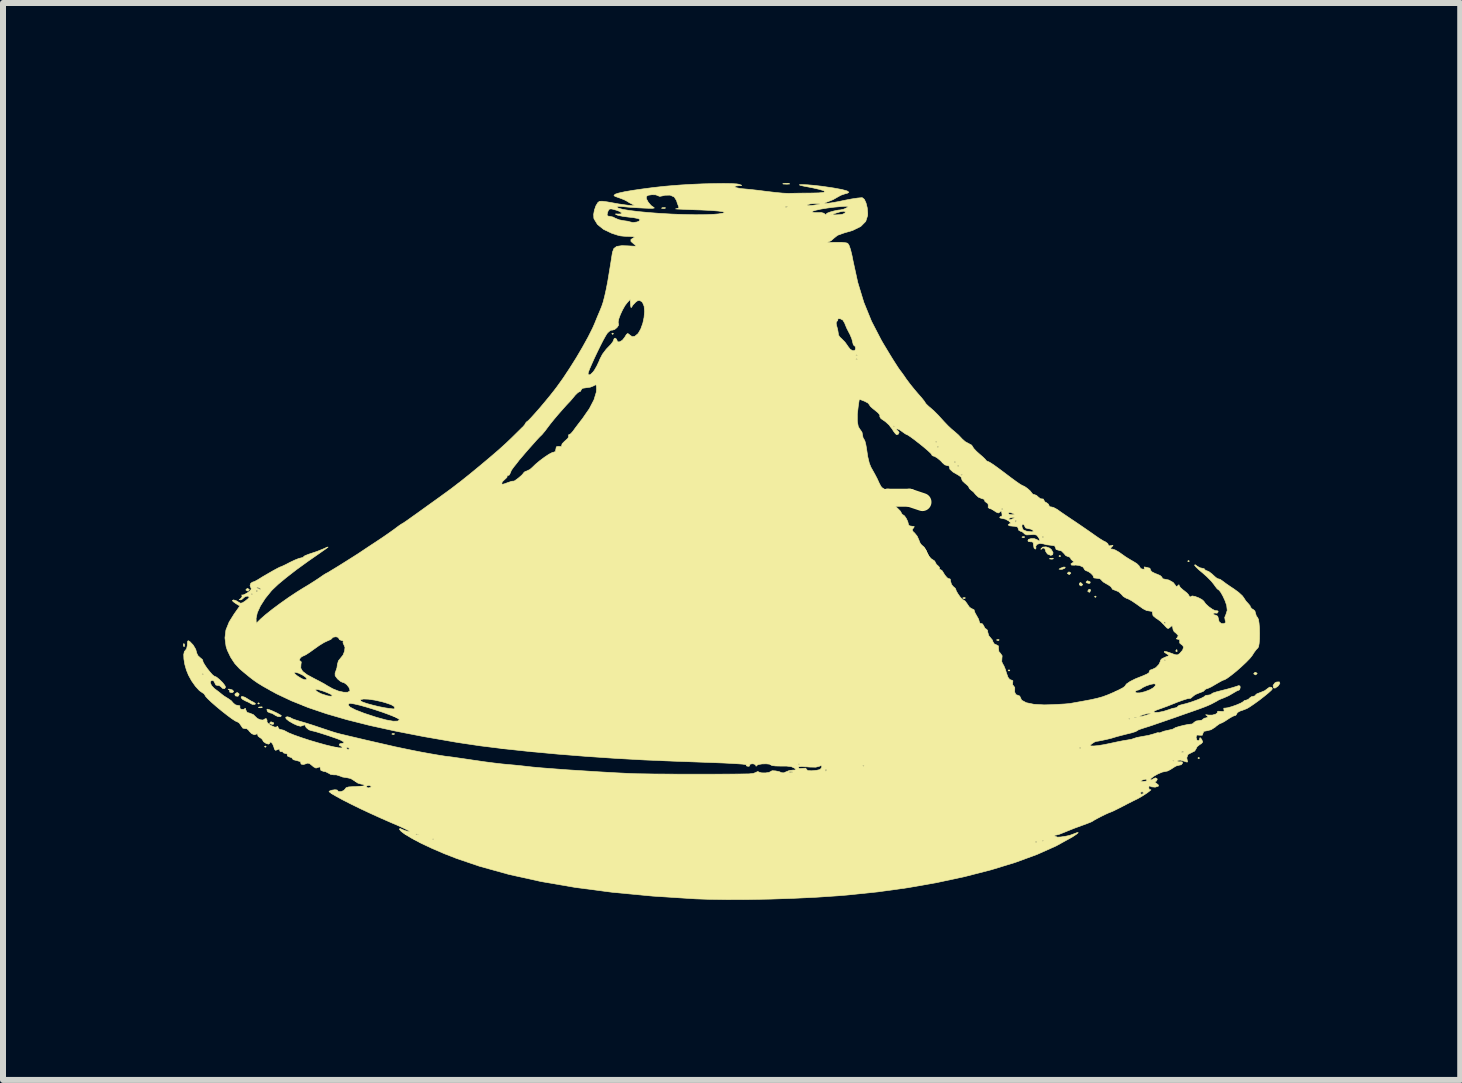
<source format=kicad_pcb>
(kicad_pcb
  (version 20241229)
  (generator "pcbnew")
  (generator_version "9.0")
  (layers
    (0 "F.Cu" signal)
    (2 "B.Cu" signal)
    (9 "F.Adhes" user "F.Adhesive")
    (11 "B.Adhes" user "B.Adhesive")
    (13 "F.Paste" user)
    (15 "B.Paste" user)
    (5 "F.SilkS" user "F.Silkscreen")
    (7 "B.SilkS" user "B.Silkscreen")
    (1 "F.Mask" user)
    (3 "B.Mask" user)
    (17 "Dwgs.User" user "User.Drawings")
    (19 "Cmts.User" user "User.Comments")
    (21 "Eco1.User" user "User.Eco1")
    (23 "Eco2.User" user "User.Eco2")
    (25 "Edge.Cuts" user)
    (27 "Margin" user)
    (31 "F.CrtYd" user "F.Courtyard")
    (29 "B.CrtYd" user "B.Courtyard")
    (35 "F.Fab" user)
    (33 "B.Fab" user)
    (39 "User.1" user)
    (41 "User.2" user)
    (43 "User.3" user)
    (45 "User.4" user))
  (footprint "tajinS"
    (layer "F.Cu")
    (at 9.344 6.077)
    (property "Reference" "tajinS" (at 0 0 0) (layer "F.SilkS") (effects (font (size 1.524 1.524) (thickness 0.3))))
    (attr through_hole)
    (fp_poly (pts (xy -8.072 2.593) (xy -8.086 2.603) (xy -8.1 2.593) (xy -8.086 2.582) (xy -8.072 2.593)) (stroke (width 0.01) (type solid)) (fill yes) (layer "F.SilkS"))
    (fp_poly (pts (xy -7.959 3.313) (xy -7.973 3.323) (xy -7.987 3.313) (xy -7.973 3.302) (xy -7.959 3.313)) (stroke (width 0.01) (type solid)) (fill yes) (layer "F.SilkS"))
    (fp_poly (pts (xy -2.173 -3.567) (xy -2.187 -3.556) (xy -2.201 -3.567) (xy -2.187 -3.577) (xy -2.173 -3.567)) (stroke (width 0.01) (type solid)) (fill yes) (layer "F.SilkS"))
    (fp_poly (pts (xy 4.431 2.043) (xy 4.417 2.053) (xy 4.403 2.043) (xy 4.417 2.032) (xy 4.431 2.043)) (stroke (width 0.01) (type solid)) (fill yes) (layer "F.SilkS"))
    (fp_poly (pts (xy 5.278 0.138) (xy 5.263 0.148) (xy 5.249 0.138) (xy 5.263 0.127) (xy 5.278 0.138)) (stroke (width 0.01) (type solid)) (fill yes) (layer "F.SilkS"))
    (fp_poly (pts (xy 5.87 0.815) (xy 5.856 0.826) (xy 5.842 0.815) (xy 5.856 0.804) (xy 5.87 0.815)) (stroke (width 0.01) (type solid)) (fill yes) (layer "F.SilkS"))
    (fp_poly (pts (xy 7.422 0.222) (xy 7.408 0.233) (xy 7.394 0.222) (xy 7.408 0.212) (xy 7.422 0.222)) (stroke (width 0.01) (type solid)) (fill yes) (layer "F.SilkS"))
    (fp_poly (pts (xy 7.592 3.503) (xy 7.578 3.514) (xy 7.564 3.503) (xy 7.578 3.493) (xy 7.592 3.503)) (stroke (width 0.01) (type solid)) (fill yes) (layer "F.SilkS"))
    (fp_poly (pts (xy -9.322 1.605) (xy -9.319 1.638) (xy -9.325 1.645) (xy -9.337 1.639) (xy -9.339 1.617) (xy -9.332 1.595) (xy -9.322 1.605)) (stroke (width 0.01) (type solid)) (fill yes) (layer "F.SilkS"))
    (fp_poly (pts (xy -8.023 2.654) (xy -8.031 2.664) (xy -8.06 2.665) (xy -8.09 2.66) (xy -8.077 2.653) (xy -8.033 2.65) (xy -8.023 2.654)) (stroke (width 0.01) (type solid)) (fill yes) (layer "F.SilkS"))
    (fp_poly (pts (xy -5.823 3.097) (xy -5.827 3.11) (xy -5.842 3.111) (xy -5.865 3.104) (xy -5.861 3.097) (xy -5.827 3.095) (xy -5.823 3.097)) (stroke (width 0.01) (type solid)) (fill yes) (layer "F.SilkS"))
    (fp_poly (pts (xy -1.306 -5.664) (xy -1.314 -5.655) (xy -1.343 -5.653) (xy -1.373 -5.658) (xy -1.36 -5.666) (xy -1.316 -5.668) (xy -1.306 -5.664)) (stroke (width 0.01) (type solid)) (fill yes) (layer "F.SilkS"))
    (fp_poly (pts (xy 3.688 0.833) (xy 3.684 0.845) (xy 3.669 0.847) (xy 3.646 0.839) (xy 3.65 0.833) (xy 3.684 0.83) (xy 3.688 0.833)) (stroke (width 0.01) (type solid)) (fill yes) (layer "F.SilkS"))
    (fp_poly (pts (xy 4.252 1.531) (xy 4.248 1.544) (xy 4.233 1.545) (xy 4.21 1.537) (xy 4.215 1.531) (xy 4.248 1.529) (xy 4.252 1.531)) (stroke (width 0.01) (type solid)) (fill yes) (layer "F.SilkS"))
    (fp_poly (pts (xy 4.675 -0.183) (xy 4.672 -0.171) (xy 4.657 -0.169) (xy 4.633 -0.177) (xy 4.638 -0.183) (xy 4.671 -0.186) (xy 4.675 -0.183)) (stroke (width 0.01) (type solid)) (fill yes) (layer "F.SilkS"))
    (fp_poly (pts (xy 5.157 0.178) (xy 5.149 0.187) (xy 5.12 0.189) (xy 5.09 0.184) (xy 5.103 0.176) (xy 5.147 0.174) (xy 5.157 0.178)) (stroke (width 0.01) (type solid)) (fill yes) (layer "F.SilkS"))
    (fp_poly (pts (xy 7.215 1.7) (xy 7.219 1.726) (xy 7.215 1.729) (xy 7.199 1.726) (xy 7.197 1.714) (xy 7.207 1.697) (xy 7.215 1.7)) (stroke (width 0.01) (type solid)) (fill yes) (layer "F.SilkS"))
    (fp_poly (pts (xy -8.413 2.43) (xy -8.41 2.445) (xy -8.428 2.474) (xy -8.467 2.469) (xy -8.475 2.463) (xy -8.481 2.437) (xy -8.452 2.415) (xy -8.437 2.413) (xy -8.413 2.43)) (stroke (width 0.01) (type solid)) (fill yes) (layer "F.SilkS"))
    (fp_poly (pts (xy -8.242 0.693) (xy -8.241 0.699) (xy -8.262 0.719) (xy -8.269 0.72) (xy -8.297 0.704) (xy -8.297 0.699) (xy -8.276 0.678) (xy -8.269 0.677) (xy -8.242 0.693)) (stroke (width 0.01) (type solid)) (fill yes) (layer "F.SilkS"))
    (fp_poly (pts (xy -7.837 2.915) (xy -7.832 2.921) (xy -7.838 2.939) (xy -7.858 2.942) (xy -7.897 2.931) (xy -7.902 2.921) (xy -7.882 2.9) (xy -7.876 2.9) (xy -7.837 2.915)) (stroke (width 0.01) (type solid)) (fill yes) (layer "F.SilkS"))
    (fp_poly (pts (xy 0.755 -6.068) (xy 0.764 -6.062) (xy 0.725 -6.059) (xy 0.706 -6.059) (xy 0.654 -6.061) (xy 0.648 -6.066) (xy 0.656 -6.068) (xy 0.728 -6.072) (xy 0.755 -6.068)) (stroke (width 0.01) (type solid)) (fill yes) (layer "F.SilkS"))
    (fp_poly (pts (xy 5.354 0.323) (xy 5.348 0.339) (xy 5.308 0.357) (xy 5.283 0.36) (xy 5.251 0.356) (xy 5.272 0.341) (xy 5.278 0.339) (xy 5.329 0.32) (xy 5.354 0.323)) (stroke (width 0.01) (type solid)) (fill yes) (layer "F.SilkS"))
    (fp_poly (pts (xy 5.446 0.418) (xy 5.447 0.423) (xy 5.425 0.444) (xy 5.419 0.445) (xy 5.391 0.428) (xy 5.39 0.423) (xy 5.412 0.403) (xy 5.419 0.402) (xy 5.446 0.418)) (stroke (width 0.01) (type solid)) (fill yes) (layer "F.SilkS"))
    (fp_poly (pts (xy 5.616 0.582) (xy 5.643 0.609) (xy 5.644 0.615) (xy 5.623 0.634) (xy 5.616 0.635) (xy 5.591 0.618) (xy 5.588 0.602) (xy 5.602 0.58) (xy 5.616 0.582)) (stroke (width 0.01) (type solid)) (fill yes) (layer "F.SilkS"))
    (fp_poly (pts (xy 5.766 0.566) (xy 5.771 0.572) (xy 5.765 0.59) (xy 5.745 0.593) (xy 5.706 0.582) (xy 5.701 0.572) (xy 5.721 0.551) (xy 5.727 0.55) (xy 5.766 0.566)) (stroke (width 0.01) (type solid)) (fill yes) (layer "F.SilkS"))
    (fp_poly (pts (xy 5.773 0.697) (xy 5.776 0.71) (xy 5.763 0.738) (xy 5.753 0.741) (xy 5.73 0.725) (xy 5.729 0.721) (xy 5.749 0.692) (xy 5.753 0.69) (xy 5.773 0.697)) (stroke (width 0.01) (type solid)) (fill yes) (layer "F.SilkS"))
    (fp_poly (pts (xy 8.551 2.09) (xy 8.551 2.095) (xy 8.53 2.116) (xy 8.523 2.117) (xy 8.496 2.101) (xy 8.495 2.095) (xy 8.516 2.075) (xy 8.523 2.074) (xy 8.551 2.09)) (stroke (width 0.01) (type solid)) (fill yes) (layer "F.SilkS"))
    (fp_poly (pts (xy 8.93 2.259) (xy 8.903 2.3) (xy 8.894 2.308) (xy 8.85 2.338) (xy 8.824 2.334) (xy 8.817 2.292) (xy 8.848 2.25) (xy 8.877 2.236) (xy 8.921 2.234) (xy 8.93 2.259)) (stroke (width 0.01) (type solid)) (fill yes) (layer "F.SilkS"))
    (fp_poly (pts (xy -8.568 2.355) (xy -8.521 2.369) (xy -8.501 2.392) (xy -8.515 2.41) (xy -8.537 2.413) (xy -8.568 2.404) (xy -8.567 2.394) (xy -8.573 2.369) (xy -8.586 2.362) (xy -8.594 2.355) (xy -8.568 2.355)) (stroke (width 0.01) (type solid)) (fill yes) (layer "F.SilkS"))
    (fp_poly (pts (xy -8.314 2.49) (xy -8.274 2.514) (xy -8.211 2.553) (xy -8.169 2.573) (xy -8.138 2.596) (xy -8.146 2.609) (xy -8.189 2.609) (xy -8.206 2.6) (xy -8.254 2.573) (xy -8.3 2.553) (xy -8.351 2.526) (xy -8.377 2.498) (xy -8.371 2.479) (xy -8.356 2.477) (xy -8.314 2.49)) (stroke (width 0.01) (type solid)) (fill yes) (layer "F.SilkS"))
    (fp_poly (pts (xy -7.905 2.698) (xy -7.844 2.723) (xy -7.778 2.754) (xy -7.726 2.783) (xy -7.705 2.799) (xy -7.724 2.815) (xy -7.768 2.81) (xy -7.813 2.788) (xy -7.818 2.783) (xy -7.864 2.757) (xy -7.889 2.752) (xy -7.929 2.735) (xy -7.941 2.72) (xy -7.947 2.692) (xy -7.942 2.688) (xy -7.905 2.698)) (stroke (width 0.01) (type solid)) (fill yes) (layer "F.SilkS"))
    (fp_poly (pts (xy 5.092 0.004) (xy 5.123 0.03) (xy 5.151 0.08) (xy 5.145 0.115) (xy 5.113 0.126) (xy 5.062 0.105) (xy 5.057 0.102) (xy 5.028 0.059) (xy 5.024 0.038) (xy 5.008 0.005) (xy 4.976 0.004) (xy 4.957 0.022) (xy 4.949 0.027) (xy 4.95 0.016) (xy 4.98 -0.012) (xy 5.034 -0.016) (xy 5.092 0.004)) (stroke (width 0.01) (type solid)) (fill yes) (layer "F.SilkS"))
    (fp_poly (pts (xy -0.208 -6.068) (xy -0.118 -6.063) (xy -0.085 -6.057) (xy -0.038 -6.041) (xy -0.041 -6.035) (xy -0.076 -6.034) (xy -0.139 -6.027) (xy -0.153 -6.014) (xy -0.123 -5.999) (xy -0.054 -5.985) (xy -0.007 -5.981) (xy 0.099 -5.971) (xy 0.236 -5.956) (xy 0.376 -5.938) (xy 0.403 -5.935) (xy 0.53 -5.92) (xy 0.648 -5.909) (xy 0.737 -5.905) (xy 0.756 -5.905) (xy 0.834 -5.907) (xy 0.946 -5.909) (xy 1.074 -5.91) (xy 1.108 -5.91) (xy 1.245 -5.913) (xy 1.327 -5.921) (xy 1.355 -5.935) (xy 1.355 -5.935) (xy 1.329 -5.95) (xy 1.261 -5.971) (xy 1.162 -5.994) (xy 1.108 -6.005) (xy 0.997 -6.026) (xy 0.937 -6.04) (xy 0.923 -6.048) (xy 0.952 -6.051) (xy 0.974 -6.051) (xy 1.059 -6.048) (xy 1.175 -6.038) (xy 1.296 -6.024) (xy 1.298 -6.024) (xy 1.494 -5.995) (xy 1.635 -5.969) (xy 1.719 -5.946) (xy 1.749 -5.925) (xy 1.723 -5.907) (xy 1.686 -5.898) (xy 1.618 -5.875) (xy 1.558 -5.842) (xy 1.486 -5.801) (xy 1.404 -5.768) (xy 1.351 -5.747) (xy 1.346 -5.737) (xy 1.385 -5.738) (xy 1.462 -5.748) (xy 1.57 -5.767) (xy 1.679 -5.79) (xy 1.794 -5.812) (xy 1.893 -5.827) (xy 1.96 -5.833) (xy 1.975 -5.832) (xy 2.008 -5.804) (xy 2.035 -5.745) (xy 2.055 -5.665) (xy 2.063 -5.575) (xy 2.062 -5.538) (xy 2.03 -5.438) (xy 1.947 -5.354) (xy 1.811 -5.287) (xy 1.67 -5.246) (xy 1.561 -5.207) (xy 1.502 -5.16) (xy 1.452 -5.116) (xy 1.399 -5.093) (xy 1.393 -5.088) (xy 1.435 -5.087) (xy 1.515 -5.09) (xy 1.515 -5.09) (xy 1.625 -5.09) (xy 1.704 -5.081) (xy 1.73 -5.073) (xy 1.752 -5.04) (xy 1.777 -4.969) (xy 1.802 -4.866) (xy 1.818 -4.784) (xy 1.897 -4.422) (xy 1.998 -4.09) (xy 2.126 -3.775) (xy 2.286 -3.466) (xy 2.313 -3.418) (xy 2.363 -3.335) (xy 2.419 -3.242) (xy 2.476 -3.149) (xy 2.528 -3.067) (xy 2.57 -3.002) (xy 2.595 -2.966) (xy 2.597 -2.963) (xy 2.624 -2.928) (xy 2.666 -2.87) (xy 2.706 -2.811) (xy 2.768 -2.728) (xy 2.845 -2.633) (xy 2.904 -2.564) (xy 2.961 -2.499) (xy 3.002 -2.448) (xy 3.02 -2.421) (xy 3.02 -2.419) (xy 3.038 -2.395) (xy 3.082 -2.353) (xy 3.101 -2.338) (xy 3.169 -2.278) (xy 3.239 -2.208) (xy 3.255 -2.19) (xy 3.338 -2.099) (xy 3.402 -2.032) (xy 3.461 -1.977) (xy 3.508 -1.938) (xy 3.573 -1.881) (xy 3.627 -1.824) (xy 3.633 -1.817) (xy 3.688 -1.768) (xy 3.744 -1.738) (xy 3.794 -1.711) (xy 3.81 -1.687) (xy 3.828 -1.657) (xy 3.874 -1.608) (xy 3.922 -1.565) (xy 3.983 -1.512) (xy 4.024 -1.472) (xy 4.035 -1.455) (xy 4.058 -1.44) (xy 4.065 -1.439) (xy 4.095 -1.425) (xy 4.156 -1.386) (xy 4.238 -1.327) (xy 4.336 -1.254) (xy 4.357 -1.238) (xy 4.455 -1.164) (xy 4.54 -1.102) (xy 4.604 -1.058) (xy 4.639 -1.038) (xy 4.641 -1.037) (xy 4.676 -1.022) (xy 4.726 -0.987) (xy 4.772 -0.946) (xy 4.797 -0.913) (xy 4.798 -0.909) (xy 4.82 -0.89) (xy 4.833 -0.889) (xy 4.875 -0.873) (xy 4.905 -0.846) (xy 4.942 -0.817) (xy 4.968 -0.815) (xy 4.992 -0.811) (xy 4.995 -0.797) (xy 5.018 -0.763) (xy 5.038 -0.754) (xy 5.075 -0.726) (xy 5.08 -0.709) (xy 5.098 -0.683) (xy 5.117 -0.682) (xy 5.159 -0.672) (xy 5.217 -0.641) (xy 5.226 -0.635) (xy 5.279 -0.597) (xy 5.361 -0.541) (xy 5.457 -0.476) (xy 5.504 -0.445) (xy 5.613 -0.371) (xy 5.725 -0.294) (xy 5.821 -0.227) (xy 5.846 -0.209) (xy 5.923 -0.156) (xy 5.988 -0.116) (xy 6.025 -0.098) (xy 6.063 -0.07) (xy 6.068 -0.054) (xy 6.085 -0.032) (xy 6.117 -0.036) (xy 6.15 -0.043) (xy 6.141 -0.027) (xy 6.128 -0.015) (xy 6.104 0.013) (xy 6.124 0.021) (xy 6.139 0.021) (xy 6.186 0.036) (xy 6.251 0.073) (xy 6.28 0.094) (xy 6.365 0.154) (xy 6.46 0.212) (xy 6.481 0.223) (xy 6.546 0.263) (xy 6.585 0.301) (xy 6.59 0.313) (xy 6.613 0.346) (xy 6.643 0.356) (xy 6.679 0.355) (xy 6.673 0.337) (xy 6.669 0.319) (xy 6.7 0.324) (xy 6.748 0.336) (xy 6.762 0.339) (xy 6.772 0.356) (xy 6.773 0.371) (xy 6.797 0.4) (xy 6.856 0.43) (xy 6.872 0.435) (xy 6.934 0.461) (xy 6.963 0.487) (xy 6.964 0.492) (xy 6.98 0.516) (xy 6.999 0.52) (xy 7.081 0.537) (xy 7.153 0.578) (xy 7.184 0.617) (xy 7.203 0.646) (xy 7.224 0.637) (xy 7.228 0.633) (xy 7.248 0.615) (xy 7.253 0.631) (xy 7.272 0.662) (xy 7.32 0.704) (xy 7.331 0.712) (xy 7.381 0.752) (xy 7.407 0.78) (xy 7.408 0.783) (xy 7.426 0.814) (xy 7.429 0.817) (xy 7.449 0.817) (xy 7.451 0.81) (xy 7.47 0.802) (xy 7.518 0.811) (xy 7.578 0.834) (xy 7.631 0.862) (xy 7.663 0.89) (xy 7.664 0.892) (xy 7.694 0.934) (xy 7.745 0.981) (xy 7.802 1.022) (xy 7.851 1.047) (xy 7.873 1.048) (xy 7.898 1.052) (xy 7.902 1.067) (xy 7.884 1.09) (xy 7.86 1.087) (xy 7.824 1.088) (xy 7.818 1.098) (xy 7.84 1.119) (xy 7.86 1.122) (xy 7.894 1.14) (xy 7.903 1.169) (xy 7.917 1.23) (xy 7.956 1.263) (xy 8 1.263) (xy 8.031 1.242) (xy 8.02 1.214) (xy 8.011 1.16) (xy 8.031 1.112) (xy 8.053 1.042) (xy 8.044 0.96) (xy 8.041 0.951) (xy 8.016 0.88) (xy 7.983 0.808) (xy 7.949 0.747) (xy 7.919 0.707) (xy 7.905 0.698) (xy 7.884 0.681) (xy 7.85 0.637) (xy 7.835 0.615) (xy 7.788 0.556) (xy 7.716 0.483) (xy 7.645 0.42) (xy 7.577 0.363) (xy 7.528 0.315) (xy 7.508 0.288) (xy 7.508 0.287) (xy 7.522 0.283) (xy 7.546 0.302) (xy 7.596 0.332) (xy 7.63 0.339) (xy 7.67 0.349) (xy 7.676 0.36) (xy 7.699 0.38) (xy 7.712 0.382) (xy 7.749 0.398) (xy 7.8 0.437) (xy 7.818 0.454) (xy 7.865 0.496) (xy 7.898 0.517) (xy 7.905 0.517) (xy 7.934 0.525) (xy 7.979 0.556) (xy 7.979 0.556) (xy 8.032 0.596) (xy 8.109 0.649) (xy 8.164 0.685) (xy 8.242 0.742) (xy 8.305 0.8) (xy 8.329 0.833) (xy 8.365 0.888) (xy 8.401 0.927) (xy 8.402 0.928) (xy 8.434 0.966) (xy 8.438 0.983) (xy 8.461 1.015) (xy 8.481 1.024) (xy 8.514 1.052) (xy 8.523 1.085) (xy 8.538 1.136) (xy 8.558 1.161) (xy 8.573 1.192) (xy 8.583 1.254) (xy 8.59 1.335) (xy 8.592 1.426) (xy 8.591 1.516) (xy 8.585 1.593) (xy 8.575 1.648) (xy 8.563 1.669) (xy 8.538 1.694) (xy 8.499 1.746) (xy 8.469 1.794) (xy 8.43 1.843) (xy 8.367 1.908) (xy 8.289 1.981) (xy 8.205 2.055) (xy 8.124 2.12) (xy 8.055 2.171) (xy 8.008 2.199) (xy 7.996 2.201) (xy 7.966 2.214) (xy 7.908 2.246) (xy 7.858 2.275) (xy 7.786 2.317) (xy 7.729 2.343) (xy 7.707 2.349) (xy 7.678 2.365) (xy 7.676 2.372) (xy 7.653 2.393) (xy 7.595 2.415) (xy 7.591 2.416) (xy 7.521 2.445) (xy 7.477 2.479) (xy 7.445 2.507) (xy 7.425 2.509) (xy 7.391 2.514) (xy 7.321 2.536) (xy 7.226 2.57) (xy 7.169 2.593) (xy 7.061 2.636) (xy 6.966 2.671) (xy 6.9 2.694) (xy 6.883 2.7) (xy 6.839 2.719) (xy 6.83 2.734) (xy 6.853 2.745) (xy 6.912 2.741) (xy 6.991 2.725) (xy 7.074 2.699) (xy 7.079 2.697) (xy 7.144 2.675) (xy 7.19 2.667) (xy 7.222 2.654) (xy 7.225 2.646) (xy 7.249 2.627) (xy 7.303 2.612) (xy 7.372 2.595) (xy 7.459 2.568) (xy 7.548 2.536) (xy 7.623 2.505) (xy 7.669 2.481) (xy 7.676 2.472) (xy 7.7 2.458) (xy 7.733 2.455) (xy 7.779 2.447) (xy 7.789 2.436) (xy 7.814 2.42) (xy 7.878 2.399) (xy 7.952 2.38) (xy 8.055 2.354) (xy 8.147 2.328) (xy 8.191 2.314) (xy 8.245 2.296) (xy 8.266 2.303) (xy 8.269 2.328) (xy 8.26 2.363) (xy 8.248 2.371) (xy 8.214 2.384) (xy 8.161 2.415) (xy 8.156 2.418) (xy 8.077 2.464) (xy 8.001 2.498) (xy 7.939 2.522) (xy 7.903 2.539) (xy 7.902 2.54) (xy 7.872 2.558) (xy 7.814 2.589) (xy 7.803 2.595) (xy 7.768 2.612) (xy 7.725 2.631) (xy 7.668 2.654) (xy 7.59 2.683) (xy 7.483 2.721) (xy 7.339 2.771) (xy 7.153 2.837) (xy 7.14 2.841) (xy 6.987 2.894) (xy 6.876 2.932) (xy 6.796 2.96) (xy 6.737 2.979) (xy 6.689 2.994) (xy 6.643 3.009) (xy 6.639 3.01) (xy 6.578 3.031) (xy 6.548 3.049) (xy 6.548 3.05) (xy 6.523 3.063) (xy 6.459 3.083) (xy 6.385 3.101) (xy 6.291 3.125) (xy 6.214 3.145) (xy 6.181 3.155) (xy 6.129 3.171) (xy 6.052 3.19) (xy 5.97 3.208) (xy 5.903 3.221) (xy 5.87 3.225) (xy 5.842 3.236) (xy 5.802 3.262) (xy 5.767 3.29) (xy 5.776 3.301) (xy 5.83 3.302) (xy 5.899 3.296) (xy 5.999 3.28) (xy 6.11 3.257) (xy 6.11 3.257) (xy 6.222 3.233) (xy 6.323 3.213) (xy 6.392 3.202) (xy 6.462 3.189) (xy 6.505 3.174) (xy 6.549 3.16) (xy 6.624 3.146) (xy 6.646 3.142) (xy 6.742 3.125) (xy 6.827 3.101) (xy 6.837 3.098) (xy 6.89 3.081) (xy 6.914 3.081) (xy 6.914 3.082) (xy 6.932 3.083) (xy 6.95 3.074) (xy 7.001 3.055) (xy 7.076 3.038) (xy 7.077 3.038) (xy 7.139 3.024) (xy 7.168 3.01) (xy 7.168 3.009) (xy 7.193 2.995) (xy 7.252 2.977) (xy 7.328 2.958) (xy 7.401 2.943) (xy 7.451 2.937) (xy 7.459 2.938) (xy 7.486 2.926) (xy 7.497 2.911) (xy 7.535 2.886) (xy 7.581 2.879) (xy 7.632 2.871) (xy 7.648 2.857) (xy 7.671 2.839) (xy 7.691 2.836) (xy 7.728 2.824) (xy 7.724 2.8) (xy 7.698 2.786) (xy 7.695 2.781) (xy 7.737 2.786) (xy 7.74 2.787) (xy 7.806 2.787) (xy 7.862 2.771) (xy 7.892 2.747) (xy 7.889 2.731) (xy 7.902 2.723) (xy 7.946 2.725) (xy 7.995 2.728) (xy 8.002 2.71) (xy 7.998 2.7) (xy 7.995 2.672) (xy 8.019 2.671) (xy 8.063 2.665) (xy 8.133 2.645) (xy 8.211 2.617) (xy 8.279 2.588) (xy 8.321 2.563) (xy 8.326 2.556) (xy 8.348 2.541) (xy 8.365 2.54) (xy 8.408 2.523) (xy 8.42 2.508) (xy 8.458 2.48) (xy 8.48 2.477) (xy 8.518 2.465) (xy 8.523 2.454) (xy 8.547 2.433) (xy 8.605 2.411) (xy 8.608 2.41) (xy 8.678 2.381) (xy 8.723 2.347) (xy 8.759 2.321) (xy 8.794 2.325) (xy 8.805 2.351) (xy 8.786 2.375) (xy 8.736 2.42) (xy 8.665 2.478) (xy 8.584 2.541) (xy 8.502 2.6) (xy 8.43 2.649) (xy 8.38 2.679) (xy 8.377 2.68) (xy 8.307 2.707) (xy 8.262 2.722) (xy 8.22 2.747) (xy 8.213 2.765) (xy 8.195 2.791) (xy 8.183 2.794) (xy 8.146 2.807) (xy 8.087 2.841) (xy 8.063 2.857) (xy 8.003 2.896) (xy 7.959 2.919) (xy 7.95 2.921) (xy 7.919 2.936) (xy 7.869 2.972) (xy 7.856 2.985) (xy 7.784 3.031) (xy 7.716 3.048) (xy 7.663 3.058) (xy 7.648 3.092) (xy 7.637 3.123) (xy 7.594 3.123) (xy 7.592 3.122) (xy 7.55 3.119) (xy 7.536 3.146) (xy 7.535 3.163) (xy 7.547 3.203) (xy 7.57 3.217) (xy 7.59 3.2) (xy 7.594 3.18) (xy 7.6 3.162) (xy 7.619 3.181) (xy 7.628 3.194) (xy 7.645 3.235) (xy 7.621 3.264) (xy 7.598 3.276) (xy 7.551 3.314) (xy 7.535 3.347) (xy 7.511 3.386) (xy 7.469 3.407) (xy 7.399 3.443) (xy 7.379 3.5) (xy 7.386 3.535) (xy 7.393 3.568) (xy 7.369 3.568) (xy 7.344 3.558) (xy 7.271 3.537) (xy 7.231 3.542) (xy 7.225 3.555) (xy 7.246 3.567) (xy 7.267 3.564) (xy 7.303 3.567) (xy 7.31 3.585) (xy 7.287 3.615) (xy 7.265 3.619) (xy 7.207 3.633) (xy 7.182 3.646) (xy 7.107 3.694) (xy 7.061 3.718) (xy 7.03 3.725) (xy 7.028 3.725) (xy 6.971 3.737) (xy 6.899 3.767) (xy 6.831 3.805) (xy 6.784 3.841) (xy 6.773 3.86) (xy 6.788 3.868) (xy 6.807 3.857) (xy 6.855 3.833) (xy 6.883 3.845) (xy 6.886 3.863) (xy 6.868 3.891) (xy 6.853 3.895) (xy 6.846 3.905) (xy 6.874 3.925) (xy 6.907 3.953) (xy 6.905 3.972) (xy 6.853 3.988) (xy 6.793 3.983) (xy 6.767 3.969) (xy 6.751 3.969) (xy 6.746 3.996) (xy 6.755 4.031) (xy 6.78 4.03) (xy 6.783 4.033) (xy 6.751 4.059) (xy 6.717 4.085) (xy 6.64 4.135) (xy 6.566 4.178) (xy 6.544 4.189) (xy 6.484 4.218) (xy 6.397 4.262) (xy 6.301 4.312) (xy 6.299 4.313) (xy 6.214 4.356) (xy 6.149 4.388) (xy 6.115 4.402) (xy 6.113 4.403) (xy 6.083 4.414) (xy 6.023 4.441) (xy 5.95 4.477) (xy 5.879 4.514) (xy 5.829 4.542) (xy 5.814 4.553) (xy 5.783 4.569) (xy 5.715 4.596) (xy 5.63 4.627) (xy 5.515 4.669) (xy 5.397 4.716) (xy 5.329 4.744) (xy 5.253 4.774) (xy 5.196 4.788) (xy 5.177 4.787) (xy 5.169 4.789) (xy 5.178 4.802) (xy 5.224 4.821) (xy 5.281 4.818) (xy 5.37 4.804) (xy 5.429 4.791) (xy 5.484 4.771) (xy 5.494 4.767) (xy 5.555 4.744) (xy 5.571 4.747) (xy 5.54 4.773) (xy 5.471 4.819) (xy 5.203 4.967) (xy 4.885 5.109) (xy 4.522 5.242) (xy 4.12 5.365) (xy 3.684 5.477) (xy 3.22 5.577) (xy 2.733 5.663) (xy 2.229 5.733) (xy 1.714 5.786) (xy 1.566 5.798) (xy 1.207 5.822) (xy 0.83 5.84) (xy 0.447 5.853) (xy 0.071 5.86) (xy -0.284 5.861) (xy -0.606 5.856) (xy -0.804 5.849) (xy -1.52 5.803) (xy -2.187 5.74) (xy -2.806 5.659) (xy -3.381 5.56) (xy -3.914 5.442) (xy -4.407 5.305) (xy -4.784 5.177) (xy -4.992 5.096) (xy -5.192 5.01) (xy -5.377 4.923) (xy -5.42 4.9) (xy 4.854 4.9) (xy 4.868 4.911) (xy 4.882 4.9) (xy 4.868 4.889) (xy 4.854 4.9) (xy -5.42 4.9) (xy -5.46 4.879) (xy 4.967 4.879) (xy 4.981 4.889) (xy 4.995 4.879) (xy 4.981 4.868) (xy 4.967 4.879) (xy -5.46 4.879) (xy -5.5 4.858) (xy -5.193 4.858) (xy -5.179 4.868) (xy -5.165 4.858) (xy -5.179 4.847) (xy -5.193 4.858) (xy -5.5 4.858) (xy -5.535 4.839) (xy -5.649 4.77) (xy -5.466 4.77) (xy -5.462 4.782) (xy -5.447 4.784) (xy -5.424 4.776) (xy -5.428 4.77) (xy -5.462 4.767) (xy -5.466 4.77) (xy -5.649 4.77) (xy -5.657 4.765) (xy -5.712 4.723) (xy -5.74 4.689) (xy -5.73 4.676) (xy -5.689 4.694) (xy -5.685 4.696) (xy -5.64 4.714) (xy -5.574 4.729) (xy -5.568 4.724) (xy -5.605 4.702) (xy -5.679 4.666) (xy -5.785 4.618) (xy -5.87 4.582) (xy -6.046 4.505) (xy -6.22 4.426) (xy -6.389 4.347) (xy -6.544 4.271) (xy -6.68 4.202) (xy -6.79 4.142) (xy -6.869 4.096) (xy -6.883 4.085) (xy 6.604 4.085) (xy 6.625 4.106) (xy 6.632 4.106) (xy 6.66 4.09) (xy 6.66 4.085) (xy 6.639 4.065) (xy 6.632 4.064) (xy 6.605 4.08) (xy 6.604 4.085) (xy -6.883 4.085) (xy -6.909 4.065) (xy -6.911 4.056) (xy -6.868 4.039) (xy -6.815 4.031) (xy -6.778 4.035) (xy -6.773 4.041) (xy -6.754 4.062) (xy -6.711 4.062) (xy -6.667 4.044) (xy -6.646 4.022) (xy -6.627 3.997) (xy -6.585 3.984) (xy -6.506 3.979) (xy -6.475 3.979) (xy -6.294 3.979) (xy -6.271 3.998) (xy -6.251 4) (xy -6.214 3.989) (xy -6.209 3.979) (xy -6.232 3.961) (xy -6.251 3.958) (xy -6.289 3.97) (xy -6.294 3.979) (xy -6.475 3.979) (xy -6.391 3.976) (xy -6.335 3.967) (xy -6.322 3.958) (xy -6.345 3.941) (xy -6.376 3.937) (xy -6.431 3.921) (xy -6.479 3.889) (xy 6.61 3.889) (xy 6.638 3.894) (xy 6.653 3.894) (xy 6.703 3.887) (xy 6.717 3.873) (xy 6.699 3.854) (xy 6.648 3.866) (xy 6.632 3.873) (xy 6.61 3.889) (xy -6.479 3.889) (xy -6.486 3.884) (xy -6.55 3.844) (xy -6.61 3.831) (xy -6.687 3.819) (xy -6.73 3.802) (xy -6.791 3.783) (xy -6.83 3.783) (xy -6.884 3.776) (xy -6.913 3.759) (xy -6.968 3.731) (xy -7.003 3.725) (xy -7.047 3.709) (xy -7.056 3.68) (xy -7.062 3.65) (xy -7.089 3.656) (xy -7.095 3.66) (xy -7.13 3.67) (xy -7.17 3.649) (xy -7.194 3.628) (xy -7.239 3.592) (xy -7.274 3.588) (xy -7.294 3.597) (xy -7.338 3.611) (xy -7.376 3.604) (xy -7.384 3.583) (xy -7.38 3.577) (xy -7.394 3.561) (xy -7.446 3.546) (xy -7.451 3.545) (xy -7.505 3.531) (xy -7.522 3.515) (xy -7.522 3.514) (xy -7.533 3.497) (xy -7.567 3.486) (xy -7.606 3.468) (xy -7.607 3.452) (xy -7.612 3.432) (xy -7.632 3.429) (xy -7.671 3.417) (xy -7.676 3.407) (xy -7.694 3.394) (xy -7.705 3.397) (xy -7.728 3.392) (xy -7.733 3.375) (xy -7.741 3.351) (xy -7.772 3.364) (xy -7.774 3.364) (xy -7.802 3.375) (xy -7.821 3.355) (xy -7.826 3.336) (xy -6.623 3.336) (xy -6.618 3.344) (xy -6.593 3.365) (xy -6.588 3.365) (xy -6.576 3.349) (xy -6.576 3.344) (xy -6.597 3.324) (xy -6.606 3.323) (xy -6.623 3.336) (xy -7.826 3.336) (xy -7.833 3.314) (xy -7.852 3.268) (xy -7.876 3.24) (xy -7.896 3.238) (xy -7.902 3.26) (xy -7.921 3.271) (xy -7.959 3.26) (xy -8.004 3.23) (xy -8.015 3.208) (xy -8.038 3.176) (xy -8.057 3.167) (xy -8.094 3.138) (xy -8.1 3.117) (xy -8.108 3.095) (xy -8.122 3.104) (xy -8.156 3.115) (xy -8.201 3.096) (xy -8.242 3.055) (xy -8.25 3.041) (xy -8.283 3.013) (xy -8.31 3.013) (xy -8.349 3.004) (xy -8.378 2.962) (xy -8.408 2.919) (xy -8.439 2.9) (xy -8.439 2.9) (xy -8.474 2.885) (xy -8.536 2.844) (xy -8.615 2.785) (xy -8.704 2.715) (xy -8.792 2.642) (xy -8.872 2.572) (xy -8.934 2.513) (xy -8.97 2.473) (xy -8.975 2.462) (xy -8.996 2.43) (xy -9.015 2.419) (xy -9.072 2.379) (xy -9.137 2.308) (xy -9.202 2.216) (xy -9.251 2.127) (xy -9.26 2.106) (xy -9.031 2.106) (xy -9.017 2.117) (xy -9.003 2.106) (xy -9.017 2.095) (xy -9.031 2.106) (xy -9.26 2.106) (xy -9.288 2.038) (xy -9.315 1.943) (xy -9.33 1.853) (xy -9.333 1.778) (xy -9.322 1.727) (xy -9.308 1.712) (xy -9.285 1.682) (xy -9.273 1.628) (xy -9.272 1.613) (xy -9.27 1.562) (xy -9.259 1.547) (xy -9.234 1.56) (xy -9.228 1.565) (xy -9.175 1.621) (xy -9.133 1.692) (xy -9.116 1.754) (xy -9.116 1.755) (xy -9.096 1.797) (xy -9.059 1.831) (xy -9.022 1.862) (xy -9.015 1.879) (xy -9.011 1.902) (xy -8.984 1.949) (xy -8.944 2.008) (xy -8.898 2.066) (xy -8.856 2.114) (xy -8.826 2.138) (xy -8.822 2.139) (xy -8.786 2.155) (xy -8.736 2.196) (xy -8.685 2.246) (xy -8.648 2.294) (xy -8.636 2.321) (xy -8.652 2.347) (xy -8.685 2.343) (xy -8.711 2.317) (xy -8.744 2.293) (xy -8.765 2.294) (xy -8.798 2.286) (xy -8.811 2.26) (xy -8.832 2.219) (xy -8.862 2.207) (xy -8.886 2.225) (xy -8.89 2.248) (xy -8.87 2.295) (xy -8.822 2.346) (xy -8.812 2.353) (xy -8.753 2.397) (xy -8.708 2.433) (xy -8.704 2.437) (xy -8.661 2.47) (xy -8.599 2.508) (xy -8.598 2.508) (xy -8.541 2.548) (xy -8.507 2.587) (xy -8.507 2.588) (xy -8.469 2.618) (xy -8.435 2.625) (xy -8.396 2.633) (xy -8.398 2.648) (xy -8.395 2.678) (xy -8.379 2.689) (xy -8.334 2.692) (xy -8.32 2.682) (xy -8.303 2.676) (xy -8.298 2.703) (xy -8.277 2.743) (xy -8.234 2.755) (xy -8.173 2.779) (xy -8.143 2.809) (xy -8.106 2.844) (xy -8.055 2.866) (xy -8.009 2.87) (xy -7.992 2.857) (xy -7.965 2.845) (xy -7.957 2.847) (xy -7.944 2.874) (xy -7.948 2.888) (xy -7.936 2.918) (xy -7.889 2.955) (xy -7.878 2.961) (xy -7.817 2.988) (xy -7.785 2.986) (xy -7.78 2.979) (xy -7.767 2.972) (xy -7.763 2.99) (xy -7.742 3.021) (xy -7.721 3.027) (xy -7.666 3.04) (xy -7.642 3.053) (xy -7.583 3.084) (xy -7.489 3.122) (xy -7.369 3.164) (xy -7.235 3.208) (xy -7.096 3.249) (xy -6.963 3.286) (xy -6.846 3.314) (xy -6.755 3.332) (xy -6.702 3.335) (xy -6.693 3.333) (xy -6.697 3.313) (xy -6.71 3.308) (xy -6.743 3.287) (xy -6.732 3.265) (xy -6.703 3.26) (xy -6.663 3.252) (xy -6.671 3.231) (xy -6.723 3.202) (xy -6.78 3.179) (xy -6.919 3.131) (xy -7.04 3.092) (xy -7.135 3.063) (xy -7.193 3.049) (xy -7.202 3.048) (xy -7.248 3.032) (xy -7.292 2.996) (xy -7.31 2.962) (xy -7.319 2.948) (xy -7.35 2.962) (xy -7.386 2.973) (xy -7.436 2.961) (xy -7.503 2.931) (xy -7.581 2.886) (xy -7.627 2.848) (xy -7.634 2.823) (xy -7.607 2.815) (xy -7.561 2.826) (xy -7.552 2.833) (xy -7.519 2.85) (xy -7.451 2.874) (xy -7.402 2.889) (xy -7.303 2.918) (xy -7.182 2.956) (xy -7.084 2.989) (xy -6.955 3.032) (xy -6.865 3.062) (xy -6.801 3.082) (xy -6.748 3.096) (xy -6.731 3.101) (xy -6.671 3.115) (xy -6.571 3.139) (xy -6.443 3.169) (xy -6.299 3.203) (xy -6.151 3.237) (xy -6.011 3.269) (xy -5.893 3.296) (xy -5.807 3.316) (xy -5.771 3.323) (xy -5.697 3.339) (xy -5.595 3.36) (xy -5.517 3.376) (xy -5.375 3.404) (xy -5.226 3.431) (xy -5.086 3.455) (xy -4.972 3.473) (xy -4.911 3.48) (xy -4.857 3.487) (xy -4.761 3.501) (xy -4.636 3.519) (xy -4.495 3.54) (xy -4.485 3.541) (xy -4.33 3.564) (xy -4.176 3.584) (xy -4.04 3.6) (xy -3.949 3.609) (xy -3.824 3.62) (xy -3.697 3.633) (xy -3.627 3.641) (xy -3.52 3.653) (xy -3.365 3.667) (xy -3.17 3.682) (xy -2.943 3.699) (xy -2.691 3.715) (xy -2.423 3.732) (xy -2.147 3.748) (xy -1.905 3.76) (xy -1.81 3.764) (xy -1.668 3.766) (xy -1.489 3.769) (xy -1.282 3.77) (xy -1.056 3.772) (xy -0.822 3.772) (xy -0.588 3.772) (xy -0.365 3.771) (xy -0.16 3.77) (xy -0.071 3.769) (xy -0.003 3.768) (xy 0.082 3.767) (xy 0.084 3.767) (xy 0.156 3.759) (xy 0.2 3.743) (xy 0.203 3.74) (xy 0.233 3.727) (xy 0.253 3.738) (xy 0.296 3.75) (xy 0.359 3.751) (xy 0.419 3.742) (xy 0.451 3.726) (xy 0.452 3.723) (xy 0.474 3.714) (xy 0.527 3.717) (xy 0.587 3.729) (xy 0.631 3.748) (xy 0.632 3.748) (xy 0.669 3.749) (xy 0.684 3.741) (xy 0.746 3.741) (xy 0.774 3.745) (xy 0.81 3.741) (xy 0.811 3.734) (xy 0.773 3.729) (xy 0.757 3.732) (xy 0.746 3.741) (xy 0.684 3.741) (xy 0.697 3.735) (xy 0.756 3.711) (xy 0.812 3.704) (xy 0.863 3.702) (xy 0.864 3.689) (xy 0.84 3.669) (xy 0.824 3.662) (xy 0.903 3.662) (xy 0.926 3.678) (xy 0.974 3.674) (xy 1.029 3.671) (xy 1.044 3.691) (xy 1.063 3.712) (xy 1.125 3.715) (xy 1.142 3.714) (xy 1.217 3.706) (xy 1.225 3.704) (xy 1.355 3.704) (xy 1.365 3.722) (xy 1.373 3.718) (xy 1.377 3.693) (xy 1.373 3.69) (xy 1.357 3.693) (xy 1.355 3.704) (xy 1.225 3.704) (xy 1.267 3.695) (xy 1.269 3.694) (xy 1.295 3.663) (xy 1.298 3.647) (xy 1.292 3.63) (xy 1.976 3.63) (xy 1.99 3.641) (xy 2.004 3.63) (xy 1.99 3.619) (xy 1.976 3.63) (xy 1.292 3.63) (xy 1.29 3.626) (xy 1.258 3.639) (xy 1.257 3.64) (xy 1.198 3.655) (xy 1.093 3.653) (xy 1.06 3.65) (xy 0.964 3.644) (xy 0.915 3.649) (xy 0.903 3.662) (xy 0.824 3.662) (xy 0.791 3.647) (xy 0.712 3.637) (xy 0.622 3.637) (xy 0.53 3.635) (xy 0.469 3.628) (xy 0.452 3.619) (xy 0.435 3.609) (xy 0.903 3.609) (xy 0.917 3.619) (xy 0.931 3.609) (xy 0.917 3.598) (xy 0.903 3.609) (xy 0.435 3.609) (xy 0.428 3.605) (xy 0.37 3.599) (xy 0.301 3.601) (xy 0.242 3.611) (xy 0.216 3.625) (xy 0.203 3.64) (xy 0.2 3.625) (xy 0.174 3.603) (xy 0.139 3.598) (xy 0.1 3.606) (xy 0.099 3.619) (xy 0.092 3.637) (xy 0.071 3.641) (xy 0.039 3.632) (xy 0.041 3.622) (xy 0.039 3.615) (xy 0.019 3.61) (xy -0.024 3.604) (xy -0.093 3.599) (xy -0.193 3.593) (xy -0.329 3.586) (xy -0.505 3.579) (xy -0.727 3.571) (xy -0.997 3.561) (xy -1.171 3.555) (xy -1.399 3.545) (xy 7.14 3.545) (xy 7.154 3.556) (xy 7.168 3.545) (xy 7.154 3.535) (xy 7.14 3.545) (xy -1.399 3.545) (xy -1.651 3.535) (xy -2.139 3.508) (xy -2.627 3.475) (xy -3.106 3.437) (xy -3.566 3.394) (xy -3.57 3.394) (xy 7.291 3.394) (xy 7.295 3.406) (xy 7.31 3.408) (xy 7.333 3.4) (xy 7.328 3.394) (xy 7.295 3.391) (xy 7.291 3.394) (xy -3.57 3.394) (xy -3.999 3.348) (xy -4.112 3.334) (xy 5.588 3.334) (xy 5.602 3.344) (xy 5.616 3.334) (xy 5.602 3.323) (xy 5.588 3.334) (xy -4.112 3.334) (xy -4.395 3.299) (xy -4.745 3.247) (xy -4.812 3.236) (xy -5.336 3.145) (xy -5.808 3.053) (xy -6.232 2.96) (xy -6.613 2.864) (xy -6.954 2.765) (xy -7.261 2.661) (xy -7.364 2.619) (xy -6.594 2.619) (xy -6.559 2.656) (xy -6.471 2.701) (xy -6.332 2.755) (xy -6.324 2.758) (xy -6.123 2.824) (xy -5.962 2.868) (xy -5.843 2.889) (xy -5.767 2.887) (xy -5.738 2.866) (xy -5.757 2.847) (xy 6.406 2.847) (xy 6.421 2.857) (xy 6.435 2.847) (xy 6.421 2.836) (xy 6.406 2.847) (xy -5.757 2.847) (xy -5.757 2.847) (xy -5.806 2.822) (xy 6.501 2.822) (xy 6.504 2.835) (xy 6.519 2.836) (xy 6.543 2.829) (xy 6.538 2.822) (xy 6.505 2.82) (xy 6.501 2.822) (xy -5.806 2.822) (xy -5.818 2.816) (xy -5.841 2.807) (xy 6.589 2.807) (xy 6.594 2.813) (xy 6.639 2.807) (xy 6.709 2.788) (xy 6.721 2.784) (xy 6.771 2.765) (xy 6.78 2.754) (xy 6.773 2.753) (xy 6.73 2.76) (xy 6.673 2.774) (xy 6.621 2.792) (xy 6.589 2.807) (xy -5.841 2.807) (xy -5.912 2.779) (xy -6.027 2.737) (xy -6.154 2.695) (xy -6.28 2.656) (xy -6.397 2.623) (xy -6.493 2.601) (xy -6.557 2.591) (xy -6.577 2.593) (xy -6.594 2.619) (xy -7.364 2.619) (xy -7.537 2.55) (xy -7.541 2.548) (xy -6.39 2.548) (xy -6.357 2.568) (xy -6.284 2.594) (xy -6.186 2.621) (xy -6.078 2.647) (xy -5.974 2.667) (xy -5.927 2.674) (xy -5.865 2.682) (xy -5.835 2.685) (xy -5.814 2.673) (xy -5.814 2.672) (xy -5.829 2.642) (xy -5.878 2.613) (xy -5.969 2.582) (xy -6.028 2.565) (xy -6.149 2.538) (xy -6.256 2.522) (xy -6.337 2.519) (xy -6.384 2.529) (xy -6.39 2.548) (xy -7.541 2.548) (xy -7.787 2.432) (xy -7.892 2.374) (xy -7.135 2.374) (xy -7.105 2.399) (xy -7.05 2.429) (xy -7.025 2.438) (xy -6.931 2.468) (xy -6.874 2.474) (xy -6.858 2.46) (xy -6.881 2.441) (xy -6.94 2.414) (xy -7.016 2.385) (xy -7.093 2.362) (xy -7.133 2.359) (xy -7.135 2.374) (xy -7.892 2.374) (xy -8.015 2.305) (xy -8.028 2.297) (xy -8.101 2.252) (xy -8.166 2.207) (xy -8.234 2.155) (xy -8.319 2.085) (xy -8.322 2.083) (xy -7.494 2.083) (xy -7.471 2.11) (xy -7.437 2.137) (xy -7.366 2.181) (xy -7.312 2.2) (xy -7.284 2.191) (xy -7.281 2.182) (xy -7.304 2.153) (xy -7.356 2.118) (xy -7.42 2.088) (xy -7.473 2.074) (xy -7.476 2.074) (xy -7.494 2.083) (xy -8.322 2.083) (xy -8.404 2.013) (xy -8.481 1.929) (xy -8.517 1.875) (xy -7.41 1.875) (xy -7.393 1.884) (xy -7.374 1.902) (xy -7.38 1.946) (xy -7.383 2.004) (xy -7.352 2.058) (xy -7.279 2.114) (xy -7.168 2.174) (xy -7.075 2.222) (xy -6.99 2.268) (xy -6.943 2.297) (xy -6.85 2.349) (xy -6.755 2.387) (xy -6.669 2.406) (xy -6.602 2.407) (xy -6.566 2.386) (xy -6.563 2.371) (xy -6.58 2.326) (xy -6.617 2.279) (xy -6.661 2.248) (xy -6.679 2.244) (xy -6.717 2.228) (xy -6.765 2.189) (xy -6.772 2.182) (xy -6.81 2.131) (xy -6.811 2.086) (xy -6.802 2.064) (xy -6.78 1.999) (xy -6.773 1.945) (xy -6.756 1.884) (xy -6.72 1.839) (xy -6.679 1.788) (xy -6.653 1.722) (xy -6.646 1.659) (xy -6.664 1.616) (xy -6.68 1.581) (xy -6.675 1.567) (xy -6.681 1.548) (xy -6.701 1.545) (xy -6.74 1.529) (xy -6.745 1.513) (xy -6.769 1.488) (xy -6.802 1.482) (xy -6.847 1.491) (xy -6.858 1.503) (xy -6.881 1.526) (xy -6.936 1.55) (xy -6.994 1.577) (xy -7.074 1.626) (xy -7.157 1.685) (xy -7.16 1.687) (xy -7.235 1.741) (xy -7.297 1.781) (xy -7.333 1.799) (xy -7.336 1.799) (xy -7.37 1.816) (xy -7.394 1.841) (xy -7.41 1.875) (xy -8.517 1.875) (xy -8.552 1.821) (xy -8.607 1.706) (xy -8.628 1.64) (xy -8.646 1.501) (xy -8.63 1.37) (xy -8.576 1.236) (xy -8.493 1.103) (xy -8.398 0.969) (xy -8.461 0.931) (xy -8.506 0.899) (xy -8.523 0.88) (xy -8.505 0.868) (xy -8.462 0.88) (xy -8.425 0.902) (xy -8.39 0.923) (xy -8.357 0.918) (xy -8.31 0.888) (xy -8.263 0.85) (xy -8.241 0.823) (xy -8.241 0.822) (xy -8.26 0.805) (xy -8.298 0.809) (xy -8.332 0.83) (xy -8.336 0.836) (xy -8.369 0.864) (xy -8.388 0.868) (xy -8.41 0.863) (xy -8.388 0.85) (xy -8.361 0.818) (xy -8.362 0.803) (xy -8.366 0.784) (xy -8.361 0.787) (xy -8.336 0.784) (xy -8.313 0.773) (xy -8.213 0.773) (xy -8.199 0.783) (xy -8.184 0.773) (xy -8.199 0.762) (xy -8.213 0.773) (xy -8.313 0.773) (xy -8.286 0.759) (xy -8.267 0.747) (xy -8.234 0.72) (xy -8.128 0.72) (xy -8.118 0.737) (xy -8.109 0.734) (xy -8.106 0.709) (xy -8.109 0.706) (xy -8.126 0.708) (xy -8.128 0.72) (xy -8.234 0.72) (xy -8.214 0.704) (xy -8.208 0.673) (xy -8.213 0.666) (xy -8.214 0.665) (xy -8.12 0.665) (xy -8.1 0.677) (xy -8.055 0.696) (xy -8.049 0.689) (xy -8.057 0.677) (xy -8.099 0.657) (xy -8.108 0.656) (xy -8.12 0.665) (xy -8.214 0.665) (xy -8.228 0.631) (xy -8.217 0.593) (xy -8.188 0.572) (xy -8.184 0.572) (xy -8.148 0.559) (xy -8.095 0.53) (xy -8.018 0.482) (xy -7.93 0.431) (xy -7.845 0.382) (xy -7.773 0.343) (xy -7.728 0.32) (xy -7.719 0.318) (xy -7.69 0.306) (xy -7.629 0.277) (xy -7.564 0.243) (xy -7.482 0.204) (xy -7.414 0.177) (xy -7.38 0.169) (xy -7.343 0.159) (xy -7.338 0.15) (xy -7.314 0.132) (xy -7.254 0.108) (xy -7.218 0.096) (xy -7.113 0.061) (xy -7.006 0.018) (xy -6.985 0.008) (xy -6.939 -0.012) (xy -6.928 -0.012) (xy -6.955 0.01) (xy -7.022 0.057) (xy -7.053 0.079) (xy -7.266 0.227) (xy -7.459 0.367) (xy -7.625 0.496) (xy -7.76 0.608) (xy -7.857 0.7) (xy -7.873 0.717) (xy -7.975 0.843) (xy -8.055 0.968) (xy -8.107 1.081) (xy -8.127 1.174) (xy -8.127 1.18) (xy -8.125 1.259) (xy -8.05 1.185) (xy -7.969 1.114) (xy -7.856 1.024) (xy -7.724 0.926) (xy -7.584 0.827) (xy -7.448 0.737) (xy -7.352 0.677) (xy -7.249 0.615) (xy -7.15 0.552) (xy -7.074 0.502) (xy -7.06 0.492) (xy -7.002 0.452) (xy -6.961 0.427) (xy -6.953 0.423) (xy -6.929 0.411) (xy -6.872 0.376) (xy -6.791 0.327) (xy -6.696 0.268) (xy -6.596 0.205) (xy -6.501 0.145) (xy -6.421 0.094) (xy -6.366 0.057) (xy -6.361 0.054) (xy -6.327 0.031) (xy -6.261 -0.013) (xy -6.176 -0.069) (xy -6.121 -0.105) (xy -6.016 -0.175) (xy -5.915 -0.245) (xy -5.832 -0.304) (xy -5.808 -0.322) (xy -5.748 -0.367) (xy -5.705 -0.396) (xy -5.693 -0.402) (xy -5.67 -0.416) (xy -5.614 -0.454) (xy -5.533 -0.512) (xy -5.433 -0.583) (xy -5.383 -0.619) (xy -5.268 -0.702) (xy -5.159 -0.78) (xy -5.067 -0.846) (xy -5.003 -0.893) (xy -4.99 -0.902) (xy -4.867 -0.992) (xy -4.766 -1.07) (xy -4.037 -1.07) (xy -4.02 -1.058) (xy -3.987 -1.067) (xy -3.927 -1.089) (xy -3.921 -1.091) (xy -3.866 -1.109) (xy -3.839 -1.111) (xy -3.838 -1.11) (xy -3.821 -1.115) (xy -3.779 -1.145) (xy -3.754 -1.164) (xy -3.702 -1.209) (xy -3.672 -1.243) (xy -3.669 -1.25) (xy -3.646 -1.27) (xy -3.619 -1.279) (xy -3.565 -1.305) (xy -3.527 -1.338) (xy -3.471 -1.392) (xy -3.399 -1.452) (xy -3.321 -1.51) (xy -3.249 -1.558) (xy -3.194 -1.587) (xy -3.172 -1.592) (xy -3.141 -1.604) (xy -3.133 -1.642) (xy -3.125 -1.682) (xy -3.093 -1.69) (xy -3.078 -1.688) (xy -3.038 -1.688) (xy -3.037 -1.703) (xy -3.028 -1.733) (xy -2.987 -1.775) (xy -2.976 -1.784) (xy -2.932 -1.825) (xy -2.918 -1.857) (xy -2.92 -1.862) (xy -2.922 -1.882) (xy -2.913 -1.884) (xy -2.884 -1.901) (xy -2.849 -1.941) (xy -2.848 -1.942) (xy -2.815 -1.988) (xy -2.763 -2.057) (xy -2.702 -2.136) (xy -2.688 -2.154) (xy -2.64 -2.224) (xy 1.89 -2.224) (xy 1.89 -2.107) (xy 1.906 -2.019) (xy 1.938 -1.967) (xy 1.941 -1.965) (xy 1.968 -1.925) (xy 1.976 -1.884) (xy 1.985 -1.835) (xy 2.001 -1.809) (xy 2.017 -1.778) (xy 2.032 -1.719) (xy 2.042 -1.662) (xy 2.064 -1.517) (xy 2.089 -1.412) (xy 2.116 -1.344) (xy 2.143 -1.296) (xy 2.177 -1.235) (xy 2.181 -1.228) (xy 2.22 -1.154) (xy 2.255 -1.077) (xy 2.257 -1.074) (xy 2.283 -1.024) (xy 2.308 -0.996) (xy 2.313 -0.995) (xy 2.34 -0.978) (xy 2.352 -0.958) (xy 2.376 -0.918) (xy 2.417 -0.86) (xy 2.44 -0.83) (xy 2.482 -0.774) (xy 2.508 -0.731) (xy 2.512 -0.718) (xy 2.529 -0.688) (xy 2.568 -0.651) (xy 2.609 -0.609) (xy 2.625 -0.578) (xy 2.64 -0.553) (xy 2.65 -0.55) (xy 2.676 -0.532) (xy 2.705 -0.49) (xy 2.73 -0.438) (xy 2.741 -0.394) (xy 2.74 -0.386) (xy 2.76 -0.366) (xy 2.796 -0.36) (xy 2.838 -0.355) (xy 2.831 -0.336) (xy 2.822 -0.327) (xy 2.803 -0.298) (xy 2.822 -0.266) (xy 2.843 -0.248) (xy 2.887 -0.194) (xy 2.917 -0.128) (xy 2.918 -0.124) (xy 2.94 -0.07) (xy 2.968 -0.038) (xy 2.974 -0.036) (xy 3.003 -0.01) (xy 3.034 0.042) (xy 3.048 0.073) (xy 3.08 0.136) (xy 3.119 0.181) (xy 3.137 0.192) (xy 3.179 0.221) (xy 3.189 0.242) (xy 3.209 0.278) (xy 3.231 0.296) (xy 3.259 0.326) (xy 3.258 0.341) (xy 3.261 0.359) (xy 3.269 0.36) (xy 3.299 0.377) (xy 3.313 0.397) (xy 3.348 0.454) (xy 3.385 0.498) (xy 3.416 0.517) (xy 3.424 0.515) (xy 3.438 0.522) (xy 3.443 0.556) (xy 3.459 0.61) (xy 3.485 0.643) (xy 3.52 0.673) (xy 3.528 0.686) (xy 3.54 0.722) (xy 3.57 0.772) (xy 3.606 0.823) (xy 3.64 0.859) (xy 3.656 0.868) (xy 3.685 0.886) (xy 3.718 0.93) (xy 3.725 0.942) (xy 3.759 0.99) (xy 3.795 1.015) (xy 3.801 1.016) (xy 3.835 1.033) (xy 3.838 1.045) (xy 3.851 1.084) (xy 3.88 1.135) (xy 3.911 1.19) (xy 3.923 1.234) (xy 3.935 1.26) (xy 3.95 1.26) (xy 3.976 1.268) (xy 3.996 1.301) (xy 4.017 1.341) (xy 4.039 1.355) (xy 4.058 1.373) (xy 4.064 1.409) (xy 4.08 1.464) (xy 4.106 1.495) (xy 4.142 1.539) (xy 4.149 1.565) (xy 4.172 1.602) (xy 4.202 1.614) (xy 4.241 1.635) (xy 4.242 1.676) (xy 4.249 1.73) (xy 4.272 1.755) (xy 4.303 1.799) (xy 4.299 1.843) (xy 4.296 1.896) (xy 4.311 1.931) (xy 4.332 1.966) (xy 4.357 2.027) (xy 4.373 2.08) (xy 4.4 2.157) (xy 4.43 2.195) (xy 4.45 2.201) (xy 4.482 2.215) (xy 4.479 2.244) (xy 4.478 2.283) (xy 4.491 2.298) (xy 4.513 2.328) (xy 4.513 2.335) (xy 4.512 2.404) (xy 4.532 2.446) (xy 4.558 2.455) (xy 4.596 2.47) (xy 4.601 2.482) (xy 4.628 2.539) (xy 4.705 2.581) (xy 4.831 2.607) (xy 5.001 2.617) (xy 5.122 2.614) (xy 5.243 2.608) (xy 5.347 2.602) (xy 5.417 2.596) (xy 5.433 2.594) (xy 5.63 2.559) (xy 5.78 2.531) (xy 5.891 2.506) (xy 5.97 2.484) (xy 5.98 2.481) (xy 6.071 2.447) (xy 6.166 2.406) (xy 6.181 2.399) (xy 6.519 2.399) (xy 6.542 2.418) (xy 6.6 2.417) (xy 6.682 2.397) (xy 6.765 2.365) (xy 6.824 2.331) (xy 6.856 2.297) (xy 6.856 2.271) (xy 6.831 2.265) (xy 6.773 2.276) (xy 6.701 2.301) (xy 6.641 2.33) (xy 6.624 2.344) (xy 6.579 2.368) (xy 6.56 2.371) (xy 6.524 2.387) (xy 6.519 2.399) (xy 6.181 2.399) (xy 6.253 2.365) (xy 6.319 2.33) (xy 6.349 2.306) (xy 6.35 2.304) (xy 6.373 2.27) (xy 6.434 2.228) (xy 6.519 2.185) (xy 6.548 2.173) (xy 6.654 2.131) (xy 6.718 2.102) (xy 6.749 2.082) (xy 6.755 2.065) (xy 6.753 2.061) (xy 6.768 2.038) (xy 6.807 2.025) (xy 6.865 1.996) (xy 6.915 1.943) (xy 6.942 1.885) (xy 6.943 1.873) (xy 6.999 1.873) (xy 7.013 1.884) (xy 7.027 1.873) (xy 7.013 1.863) (xy 6.999 1.873) (xy 6.943 1.873) (xy 6.943 1.872) (xy 6.966 1.847) (xy 7.02 1.822) (xy 7.071 1.802) (xy 7.076 1.786) (xy 7.043 1.766) (xy 7.003 1.738) (xy 7.007 1.726) (xy 7.049 1.733) (xy 7.118 1.756) (xy 7.184 1.781) (xy 7.222 1.785) (xy 7.252 1.768) (xy 7.261 1.761) (xy 7.31 1.705) (xy 7.326 1.654) (xy 7.306 1.621) (xy 7.295 1.616) (xy 7.261 1.587) (xy 7.262 1.563) (xy 7.258 1.53) (xy 7.233 1.524) (xy 7.205 1.517) (xy 7.222 1.494) (xy 7.238 1.464) (xy 7.208 1.43) (xy 7.205 1.427) (xy 7.167 1.395) (xy 7.15 1.36) (xy 7.143 1.314) (xy 7.134 1.298) (xy 7.106 1.318) (xy 7.103 1.322) (xy 7.076 1.343) (xy 7.053 1.339) (xy 7.018 1.304) (xy 7.003 1.286) (xy 6.966 1.249) (xy 6.999 1.249) (xy 7.009 1.266) (xy 7.018 1.263) (xy 7.021 1.238) (xy 7.018 1.235) (xy 7.001 1.238) (xy 6.999 1.249) (xy 6.966 1.249) (xy 6.946 1.228) (xy 6.883 1.182) (xy 6.872 1.177) (xy 6.817 1.131) (xy 6.809 1.095) (xy 6.803 1.06) (xy 6.764 1.054) (xy 6.709 1.045) (xy 6.648 1.014) (xy 6.646 1.012) (xy 6.537 0.934) (xy 6.46 0.882) (xy 6.404 0.852) (xy 6.371 0.84) (xy 6.322 0.811) (xy 6.29 0.775) (xy 6.242 0.731) (xy 6.191 0.71) (xy 6.143 0.692) (xy 6.131 0.673) (xy 6.114 0.647) (xy 6.064 0.613) (xy 6.048 0.605) (xy 5.989 0.57) (xy 5.957 0.539) (xy 5.956 0.534) (xy 5.931 0.515) (xy 5.883 0.508) (xy 5.834 0.502) (xy 5.825 0.49) (xy 5.818 0.464) (xy 5.784 0.427) (xy 5.738 0.395) (xy 5.7 0.381) (xy 5.675 0.364) (xy 5.673 0.354) (xy 5.648 0.319) (xy 5.59 0.294) (xy 5.522 0.287) (xy 5.507 0.29) (xy 5.458 0.288) (xy 5.448 0.268) (xy 5.482 0.245) (xy 5.503 0.231) (xy 5.482 0.22) (xy 5.45 0.191) (xy 5.447 0.178) (xy 5.424 0.152) (xy 5.404 0.148) (xy 5.363 0.13) (xy 5.334 0.095) (xy 5.291 0.052) (xy 5.25 0.042) (xy 5.202 0.028) (xy 5.193 0) (xy 5.177 -0.033) (xy 5.121 -0.042) (xy 5.12 -0.042) (xy 5.04 -0.051) (xy 4.992 -0.065) (xy 4.932 -0.073) (xy 4.882 -0.056) (xy 4.862 -0.022) (xy 4.866 -0.007) (xy 4.864 0.018) (xy 4.853 0.021) (xy 4.834 0.003) (xy 4.826 -0.042) (xy 4.826 -0.045) (xy 4.819 -0.09) (xy 4.794 -0.101) (xy 4.786 -0.099) (xy 4.743 -0.104) (xy 4.732 -0.116) (xy 4.741 -0.14) (xy 4.784 -0.153) (xy 4.838 -0.153) (xy 4.883 -0.136) (xy 4.886 -0.134) (xy 4.92 -0.112) (xy 4.93 -0.124) (xy 4.914 -0.166) (xy 4.908 -0.175) (xy 4.904 -0.18) (xy 4.967 -0.18) (xy 4.981 -0.169) (xy 4.995 -0.18) (xy 4.981 -0.191) (xy 4.967 -0.18) (xy 4.904 -0.18) (xy 4.877 -0.212) (xy 4.831 -0.222) (xy 4.781 -0.218) (xy 4.709 -0.215) (xy 4.673 -0.233) (xy 4.668 -0.241) (xy 4.633 -0.27) (xy 4.611 -0.275) (xy 4.579 -0.293) (xy 4.572 -0.318) (xy 4.56 -0.346) (xy 4.633 -0.346) (xy 4.653 -0.3) (xy 4.705 -0.278) (xy 4.727 -0.274) (xy 4.798 -0.266) (xy 4.824 -0.272) (xy 4.814 -0.294) (xy 4.813 -0.295) (xy 4.772 -0.314) (xy 4.74 -0.318) (xy 4.695 -0.331) (xy 4.685 -0.348) (xy 4.666 -0.385) (xy 4.655 -0.393) (xy 4.634 -0.387) (xy 4.633 -0.346) (xy 4.56 -0.346) (xy 4.559 -0.348) (xy 4.509 -0.359) (xy 4.487 -0.36) (xy 4.428 -0.366) (xy 4.403 -0.381) (xy 4.403 -0.381) (xy 4.425 -0.401) (xy 4.435 -0.402) (xy 4.444 -0.415) (xy 4.417 -0.445) (xy 4.516 -0.445) (xy 4.526 -0.427) (xy 4.534 -0.43) (xy 4.538 -0.456) (xy 4.534 -0.459) (xy 4.518 -0.456) (xy 4.516 -0.445) (xy 4.417 -0.445) (xy 4.375 -0.468) (xy 4.415 -0.468) (xy 4.448 -0.471) (xy 4.487 -0.487) (xy 4.514 -0.503) (xy 4.488 -0.508) (xy 4.482 -0.508) (xy 4.431 -0.497) (xy 4.417 -0.487) (xy 4.415 -0.468) (xy 4.375 -0.468) (xy 4.36 -0.477) (xy 4.314 -0.487) (xy 4.27 -0.497) (xy 4.262 -0.509) (xy 4.277 -0.523) (xy 4.285 -0.521) (xy 4.3 -0.529) (xy 4.301 -0.557) (xy 4.299 -0.572) (xy 4.403 -0.572) (xy 4.427 -0.555) (xy 4.466 -0.551) (xy 4.507 -0.554) (xy 4.497 -0.566) (xy 4.487 -0.572) (xy 4.429 -0.591) (xy 4.404 -0.579) (xy 4.403 -0.572) (xy 4.299 -0.572) (xy 4.293 -0.603) (xy 4.285 -0.615) (xy 4.268 -0.6) (xy 4.264 -0.595) (xy 4.239 -0.58) (xy 4.202 -0.596) (xy 4.18 -0.611) (xy 4.128 -0.644) (xy 4.121 -0.646) (xy 4.29 -0.646) (xy 4.304 -0.635) (xy 4.318 -0.646) (xy 4.304 -0.656) (xy 4.29 -0.646) (xy 4.121 -0.646) (xy 4.089 -0.656) (xy 4.069 -0.673) (xy 4.072 -0.697) (xy 4.067 -0.736) (xy 4.047 -0.749) (xy 4.015 -0.774) (xy 4.014 -0.787) (xy 3.997 -0.811) (xy 3.962 -0.821) (xy 3.907 -0.844) (xy 3.863 -0.885) (xy 3.824 -0.932) (xy 3.789 -0.959) (xy 3.756 -0.989) (xy 3.753 -1.001) (xy 3.734 -1.032) (xy 3.688 -1.073) (xy 3.684 -1.075) (xy 3.641 -1.116) (xy 3.628 -1.148) (xy 3.629 -1.15) (xy 3.618 -1.179) (xy 3.58 -1.207) (xy 3.563 -1.217) (xy 3.612 -1.217) (xy 3.627 -1.206) (xy 3.641 -1.217) (xy 3.627 -1.228) (xy 3.612 -1.217) (xy 3.563 -1.217) (xy 3.485 -1.262) (xy 3.432 -1.31) (xy 3.425 -1.343) (xy 3.416 -1.365) (xy 3.556 -1.365) (xy 3.57 -1.355) (xy 3.584 -1.365) (xy 3.57 -1.376) (xy 3.556 -1.365) (xy 3.416 -1.365) (xy 3.416 -1.366) (xy 3.395 -1.368) (xy 3.348 -1.382) (xy 3.32 -1.406) (xy 3.298 -1.429) (xy 3.5 -1.429) (xy 3.514 -1.418) (xy 3.528 -1.429) (xy 3.514 -1.439) (xy 3.5 -1.429) (xy 3.298 -1.429) (xy 3.273 -1.455) (xy 3.219 -1.499) (xy 3.172 -1.526) (xy 3.154 -1.529) (xy 3.134 -1.541) (xy 3.132 -1.55) (xy 3.114 -1.574) (xy 3.066 -1.619) (xy 2.998 -1.677) (xy 2.991 -1.683) (xy 3.217 -1.683) (xy 3.231 -1.672) (xy 3.246 -1.683) (xy 3.231 -1.693) (xy 3.217 -1.683) (xy 2.991 -1.683) (xy 2.92 -1.74) (xy 2.885 -1.767) (xy 3.189 -1.767) (xy 3.203 -1.757) (xy 3.217 -1.767) (xy 3.203 -1.778) (xy 3.189 -1.767) (xy 2.885 -1.767) (xy 2.843 -1.8) (xy 2.776 -1.849) (xy 2.731 -1.879) (xy 2.718 -1.884) (xy 2.69 -1.898) (xy 2.642 -1.932) (xy 2.633 -1.939) (xy 2.584 -1.972) (xy 2.55 -1.982) (xy 2.546 -1.98) (xy 2.549 -1.959) (xy 2.566 -1.949) (xy 2.586 -1.921) (xy 2.572 -1.893) (xy 2.545 -1.884) (xy 2.524 -1.902) (xy 2.49 -1.947) (xy 2.471 -1.979) (xy 2.438 -2.021) (xy 2.484 -2.021) (xy 2.498 -2.011) (xy 2.512 -2.021) (xy 2.498 -2.032) (xy 2.484 -2.021) (xy 2.438 -2.021) (xy 2.42 -2.046) (xy 2.357 -2.103) (xy 2.335 -2.118) (xy 2.284 -2.153) (xy 2.265 -2.183) (xy 2.265 -2.187) (xy 2.265 -2.212) (xy 2.237 -2.248) (xy 2.174 -2.3) (xy 2.152 -2.317) (xy 2.107 -2.357) (xy 2.088 -2.388) (xy 2.088 -2.388) (xy 2.066 -2.413) (xy 2.011 -2.442) (xy 2.006 -2.444) (xy 1.923 -2.476) (xy 1.906 -2.365) (xy 1.89 -2.224) (xy -2.64 -2.224) (xy -2.575 -2.317) (xy -2.498 -2.465) (xy -2.459 -2.593) (xy -2.455 -2.641) (xy -2.457 -2.697) (xy -2.467 -2.717) (xy -2.489 -2.708) (xy -2.5 -2.7) (xy -2.56 -2.676) (xy -2.627 -2.667) (xy -2.692 -2.657) (xy -2.709 -2.635) (xy -2.723 -2.607) (xy -2.735 -2.603) (xy -2.765 -2.587) (xy -2.808 -2.546) (xy -2.826 -2.524) (xy -2.871 -2.47) (xy -2.905 -2.431) (xy -2.913 -2.424) (xy -2.959 -2.375) (xy -3.024 -2.302) (xy -3.097 -2.219) (xy -3.166 -2.137) (xy -3.221 -2.069) (xy -3.244 -2.039) (xy -3.313 -1.947) (xy -3.364 -1.886) (xy -3.388 -1.863) (xy -3.41 -1.841) (xy -3.455 -1.793) (xy -3.514 -1.726) (xy -3.581 -1.651) (xy -3.647 -1.575) (xy -3.704 -1.508) (xy -3.746 -1.459) (xy -3.761 -1.439) (xy -3.791 -1.4) (xy -3.833 -1.348) (xy -3.836 -1.344) (xy -3.874 -1.291) (xy -3.892 -1.246) (xy -3.893 -1.244) (xy -3.91 -1.212) (xy -3.928 -1.206) (xy -3.948 -1.199) (xy -3.944 -1.194) (xy -3.949 -1.172) (xy -3.982 -1.141) (xy -4.023 -1.102) (xy -4.037 -1.07) (xy -4.766 -1.07) (xy -4.721 -1.104) (xy -4.561 -1.232) (xy -4.396 -1.368) (xy -4.235 -1.503) (xy -4.087 -1.63) (xy -3.962 -1.743) (xy -3.872 -1.829) (xy -3.799 -1.901) (xy -3.735 -1.964) (xy -3.691 -2.008) (xy -3.681 -2.016) (xy -3.649 -2.054) (xy -3.641 -2.073) (xy -3.621 -2.098) (xy -3.618 -2.099) (xy -3.591 -2.12) (xy -3.542 -2.171) (xy -3.475 -2.245) (xy -3.396 -2.335) (xy -3.312 -2.435) (xy -3.228 -2.537) (xy -3.15 -2.636) (xy -3.118 -2.678) (xy -3.014 -2.823) (xy -2.96 -2.904) (xy -2.596 -2.904) (xy -2.585 -2.879) (xy -2.555 -2.888) (xy -2.514 -2.928) (xy -2.491 -2.958) (xy -2.45 -3.029) (xy -2.411 -3.112) (xy -2.399 -3.143) (xy 1.863 -3.143) (xy 1.877 -3.133) (xy 1.891 -3.143) (xy 1.877 -3.154) (xy 1.863 -3.143) (xy -2.399 -3.143) (xy -2.366 -3.207) (xy 1.863 -3.207) (xy 1.877 -3.196) (xy 1.891 -3.207) (xy 1.877 -3.217) (xy 1.863 -3.207) (xy -2.366 -3.207) (xy -2.356 -3.226) (xy -2.293 -3.309) (xy -2.267 -3.336) (xy -2.213 -3.392) (xy -2.179 -3.439) (xy -2.173 -3.458) (xy -2.159 -3.488) (xy -2.145 -3.493) (xy -2.12 -3.475) (xy -2.117 -3.461) (xy -2.102 -3.431) (xy -2.068 -3.432) (xy -2.025 -3.458) (xy -1.986 -3.506) (xy -1.985 -3.508) (xy -1.956 -3.556) (xy -1.935 -3.571) (xy -1.912 -3.556) (xy -1.901 -3.545) (xy -1.86 -3.517) (xy -1.815 -3.525) (xy -1.813 -3.527) (xy -1.762 -3.57) (xy -1.719 -3.644) (xy -1.685 -3.738) (xy -1.682 -3.75) (xy 1.537 -3.75) (xy 1.542 -3.711) (xy 1.559 -3.65) (xy 1.567 -3.611) (xy 1.574 -3.564) (xy 1.577 -3.544) (xy 1.597 -3.513) (xy 1.635 -3.477) (xy 1.684 -3.427) (xy 1.729 -3.364) (xy 1.733 -3.357) (xy 1.772 -3.307) (xy 1.815 -3.283) (xy 1.849 -3.288) (xy 1.863 -3.323) (xy 1.853 -3.358) (xy 1.84 -3.365) (xy 1.823 -3.384) (xy 1.812 -3.428) (xy 1.797 -3.486) (xy 1.766 -3.558) (xy 1.753 -3.582) (xy 1.716 -3.654) (xy 1.687 -3.722) (xy 1.681 -3.74) (xy 1.649 -3.794) (xy 1.607 -3.816) (xy 1.569 -3.818) (xy 1.567 -3.809) (xy 1.562 -3.784) (xy 1.553 -3.778) (xy 1.537 -3.75) (xy -1.682 -3.75) (xy -1.663 -3.839) (xy -1.655 -3.939) (xy -1.662 -4.025) (xy -1.688 -4.086) (xy -1.702 -4.101) (xy -1.74 -4.123) (xy -1.771 -4.116) (xy -1.803 -4.093) (xy -1.849 -4.045) (xy -1.871 -4.009) (xy -1.88 -4.002) (xy -1.887 -4.031) (xy -1.889 -4.053) (xy -1.894 -4.138) (xy -1.942 -4.087) (xy -1.982 -4.034) (xy -2.022 -3.963) (xy -2.058 -3.886) (xy -2.084 -3.815) (xy -2.095 -3.761) (xy -2.091 -3.738) (xy -2.088 -3.709) (xy -2.114 -3.67) (xy -2.153 -3.638) (xy -2.191 -3.626) (xy -2.198 -3.628) (xy -2.227 -3.62) (xy -2.268 -3.584) (xy -2.279 -3.571) (xy -2.305 -3.529) (xy -2.344 -3.459) (xy -2.39 -3.369) (xy -2.44 -3.267) (xy -2.489 -3.164) (xy -2.533 -3.066) (xy -2.569 -2.984) (xy -2.591 -2.926) (xy -2.596 -2.904) (xy -2.96 -2.904) (xy -2.904 -2.989) (xy -2.793 -3.165) (xy -2.689 -3.342) (xy -2.596 -3.51) (xy -2.522 -3.657) (xy -2.487 -3.736) (xy -2.446 -3.837) (xy -2.4 -3.946) (xy -2.369 -4.022) (xy -2.346 -4.09) (xy -2.32 -4.19) (xy -2.293 -4.311) (xy -2.268 -4.441) (xy -2.255 -4.519) (xy -2.235 -4.641) (xy -2.217 -4.751) (xy -2.203 -4.841) (xy -2.193 -4.903) (xy -2.189 -4.926) (xy -2.166 -4.987) (xy -2.118 -5.022) (xy -2.033 -5.034) (xy -1.938 -5.031) (xy -1.847 -5.026) (xy -1.803 -5.026) (xy -1.798 -5.035) (xy -1.824 -5.056) (xy -1.832 -5.061) (xy -1.882 -5.105) (xy -1.882 -5.137) (xy -1.841 -5.163) (xy -1.82 -5.177) (xy -1.842 -5.184) (xy -1.905 -5.188) (xy -1.995 -5.191) (xy -2.055 -5.197) (xy -2.111 -5.211) (xy -2.19 -5.237) (xy -2.202 -5.241) (xy -2.337 -5.305) (xy -2.439 -5.387) (xy -2.496 -5.48) (xy -2.5 -5.493) (xy -2.502 -5.54) (xy -2.28 -5.54) (xy -2.258 -5.525) (xy -2.242 -5.524) (xy -2.181 -5.511) (xy -2.143 -5.491) (xy -2.08 -5.465) (xy -2.003 -5.45) (xy -1.936 -5.441) (xy -1.897 -5.43) (xy -1.896 -5.43) (xy -1.849 -5.419) (xy -1.783 -5.428) (xy -1.75 -5.44) (xy -1.727 -5.464) (xy -1.759 -5.485) (xy -1.845 -5.502) (xy -1.922 -5.51) (xy -2.014 -5.522) (xy -2.088 -5.537) (xy -2.11 -5.544) (xy -2.142 -5.561) (xy -2.122 -5.563) (xy -2.103 -5.561) (xy -2.046 -5.563) (xy -2.036 -5.58) (xy -2.071 -5.605) (xy -2.125 -5.625) (xy -2.199 -5.645) (xy -2.238 -5.645) (xy -2.259 -5.62) (xy -2.273 -5.583) (xy -2.28 -5.54) (xy -2.502 -5.54) (xy -2.503 -5.556) (xy -2.49 -5.629) (xy -2.472 -5.678) (xy -2.117 -5.678) (xy -2.09 -5.658) (xy -2.015 -5.638) (xy -1.899 -5.619) (xy -1.751 -5.601) (xy -1.58 -5.585) (xy -1.392 -5.571) (xy -1.197 -5.56) (xy -1.001 -5.553) (xy -0.814 -5.549) (xy -0.644 -5.55) (xy -0.497 -5.557) (xy -0.423 -5.563) (xy -0.345 -5.576) (xy -0.321 -5.588) (xy -0.339 -5.596) (xy 1.132 -5.596) (xy 1.162 -5.587) (xy 1.187 -5.585) (xy 1.254 -5.585) (xy 1.289 -5.586) (xy 1.333 -5.574) (xy 1.34 -5.567) (xy 1.369 -5.547) (xy 1.375 -5.546) (xy 1.376 -5.549) (xy 1.453 -5.549) (xy 1.529 -5.547) (xy 1.603 -5.551) (xy 1.649 -5.559) (xy 1.687 -5.58) (xy 1.688 -5.601) (xy 1.658 -5.608) (xy 1.609 -5.599) (xy 1.54 -5.579) (xy 1.538 -5.578) (xy 1.453 -5.549) (xy 1.376 -5.549) (xy 1.378 -5.556) (xy 1.373 -5.56) (xy 1.385 -5.574) (xy 1.433 -5.593) (xy 1.501 -5.612) (xy 1.569 -5.626) (xy 1.61 -5.63) (xy 1.666 -5.643) (xy 1.709 -5.663) (xy 1.737 -5.682) (xy 1.73 -5.69) (xy 1.681 -5.69) (xy 1.623 -5.686) (xy 1.501 -5.675) (xy 1.384 -5.66) (xy 1.281 -5.643) (xy 1.2 -5.625) (xy 1.148 -5.609) (xy 1.132 -5.596) (xy -0.339 -5.596) (xy -0.349 -5.6) (xy -0.427 -5.611) (xy -0.553 -5.621) (xy -0.724 -5.629) (xy -0.79 -5.631) (xy -0.928 -5.636) (xy -1.038 -5.641) (xy -1.11 -5.644) (xy -1.138 -5.647) (xy -1.133 -5.648) (xy -1.086 -5.657) (xy -1.085 -5.683) (xy -1.087 -5.687) (xy 0.687 -5.687) (xy 0.691 -5.674) (xy 0.706 -5.673) (xy 0.729 -5.68) (xy 0.724 -5.687) (xy 0.691 -5.689) (xy 0.687 -5.687) (xy -1.087 -5.687) (xy -1.088 -5.689) (xy -1.098 -5.714) (xy 1.057 -5.714) (xy 1.065 -5.701) (xy 1.123 -5.703) (xy 1.147 -5.706) (xy 1.219 -5.717) (xy 1.263 -5.727) (xy 1.268 -5.728) (xy 1.251 -5.733) (xy 1.195 -5.736) (xy 1.178 -5.736) (xy 1.105 -5.73) (xy 1.06 -5.716) (xy 1.057 -5.714) (xy -1.098 -5.714) (xy -1.108 -5.737) (xy -1.122 -5.785) (xy -1.16 -5.845) (xy -1.23 -5.876) (xy -1.318 -5.874) (xy -1.34 -5.867) (xy -1.401 -5.855) (xy -1.426 -5.864) (xy -1.467 -5.881) (xy -1.532 -5.883) (xy -1.594 -5.874) (xy -1.626 -5.854) (xy -1.623 -5.813) (xy -1.593 -5.757) (xy -1.547 -5.703) (xy -1.503 -5.672) (xy -1.492 -5.662) (xy -1.521 -5.656) (xy -1.596 -5.657) (xy -1.693 -5.661) (xy -1.817 -5.668) (xy -1.93 -5.676) (xy -2.012 -5.684) (xy -2.025 -5.686) (xy -2.088 -5.689) (xy -2.116 -5.68) (xy -2.117 -5.678) (xy -2.472 -5.678) (xy -2.465 -5.699) (xy -2.433 -5.752) (xy -2.405 -5.773) (xy -2.359 -5.774) (xy -2.28 -5.764) (xy -2.207 -5.751) (xy -2.091 -5.73) (xy -1.974 -5.713) (xy -1.919 -5.706) (xy -1.846 -5.7) (xy -1.822 -5.703) (xy -1.841 -5.715) (xy -1.849 -5.719) (xy -1.912 -5.752) (xy -1.943 -5.772) (xy -1.994 -5.799) (xy -2.069 -5.828) (xy -2.084 -5.833) (xy -2.148 -5.856) (xy -2.165 -5.871) (xy -2.145 -5.89) (xy -2.137 -5.894) (xy -2.083 -5.911) (xy -1.983 -5.933) (xy -1.848 -5.956) (xy -1.688 -5.979) (xy -1.513 -6.002) (xy -1.333 -6.022) (xy -1.228 -6.031) (xy -1.051 -6.045) (xy -0.864 -6.056) (xy -0.676 -6.064) (xy -0.497 -6.068) (xy -0.338 -6.07) (xy -0.208 -6.068)) (stroke (width 0.01) (type solid)) (fill yes) (layer "F.SilkS")))
  (gr_rect
    (start -3 -3)
    (end 21.279 14.943)
    (stroke (width 0.1) (type default))
    (fill no)
    (layer "Edge.Cuts")))
</source>
